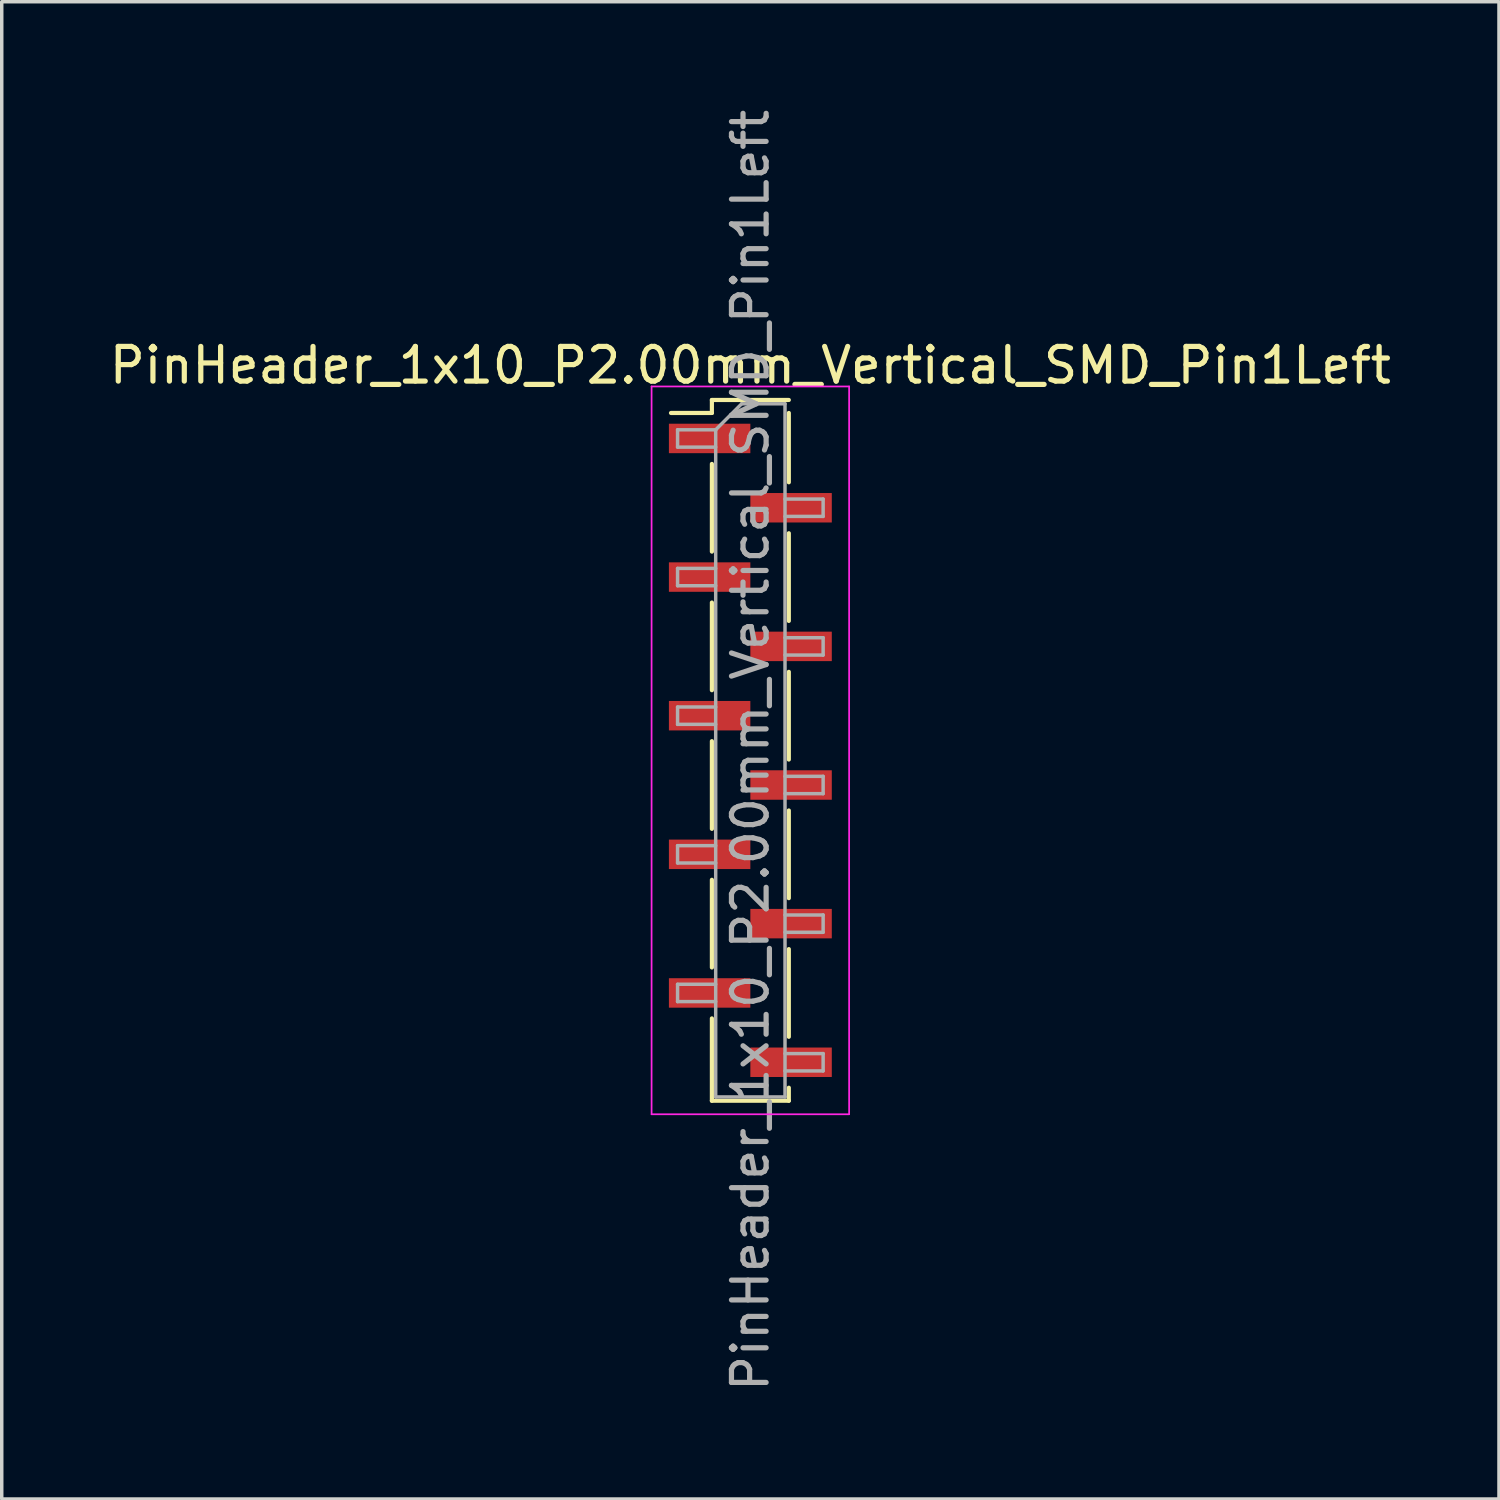
<source format=kicad_pcb>
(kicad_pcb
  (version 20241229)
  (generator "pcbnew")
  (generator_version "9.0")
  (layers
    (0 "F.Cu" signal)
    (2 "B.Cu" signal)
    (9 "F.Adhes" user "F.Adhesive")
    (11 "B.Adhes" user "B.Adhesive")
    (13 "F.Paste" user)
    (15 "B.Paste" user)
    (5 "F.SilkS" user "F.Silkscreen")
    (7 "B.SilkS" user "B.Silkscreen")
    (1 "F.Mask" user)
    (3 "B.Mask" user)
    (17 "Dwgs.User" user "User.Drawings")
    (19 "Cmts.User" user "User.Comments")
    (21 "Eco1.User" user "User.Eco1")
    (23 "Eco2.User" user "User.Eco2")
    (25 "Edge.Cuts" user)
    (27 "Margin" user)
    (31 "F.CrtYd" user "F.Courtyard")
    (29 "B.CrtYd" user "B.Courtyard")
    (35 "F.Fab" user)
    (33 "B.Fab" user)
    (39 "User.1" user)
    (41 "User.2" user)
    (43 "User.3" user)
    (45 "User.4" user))
  (footprint "PinHeader_1x10_P2.00mm_Vertical_SMD_Pin1Left"
    (layer "F.Cu")
    (at 18.601 18.601)
    (property "Reference" "PinHeader_1x10_P2.00mm_Vertical_SMD_Pin1Left" (at 0 -11.11 0) (layer "F.SilkS") (effects (font (size 1 1) (thickness 0.15))))
    (attr smd)
    (fp_line (start -1.11 -10.11) (end -1.11 -9.735) (stroke (width 0.12) (type solid)) (layer "F.SilkS"))
    (fp_line (start -1.11 -10.11) (end 1.11 -10.11) (stroke (width 0.12) (type solid)) (layer "F.SilkS"))
    (fp_line (start -1.11 -9.735) (end -2.29 -9.735) (stroke (width 0.12) (type solid)) (layer "F.SilkS"))
    (fp_line (start -1.11 -8.265) (end -1.11 -5.735) (stroke (width 0.12) (type solid)) (layer "F.SilkS"))
    (fp_line (start -1.11 -4.265) (end -1.11 -1.735) (stroke (width 0.12) (type solid)) (layer "F.SilkS"))
    (fp_line (start -1.11 -0.265) (end -1.11 2.265) (stroke (width 0.12) (type solid)) (layer "F.SilkS"))
    (fp_line (start -1.11 3.735) (end -1.11 6.265) (stroke (width 0.12) (type solid)) (layer "F.SilkS"))
    (fp_line (start -1.11 7.735) (end -1.11 10.11) (stroke (width 0.12) (type solid)) (layer "F.SilkS"))
    (fp_line (start -1.11 10.11) (end 1.11 10.11) (stroke (width 0.12) (type solid)) (layer "F.SilkS"))
    (fp_line (start 1.11 -9.735) (end 1.11 -7.735) (stroke (width 0.12) (type solid)) (layer "F.SilkS"))
    (fp_line (start 1.11 -6.265) (end 1.11 -3.735) (stroke (width 0.12) (type solid)) (layer "F.SilkS"))
    (fp_line (start 1.11 -2.265) (end 1.11 0.265) (stroke (width 0.12) (type solid)) (layer "F.SilkS"))
    (fp_line (start 1.11 1.735) (end 1.11 4.265) (stroke (width 0.12) (type solid)) (layer "F.SilkS"))
    (fp_line (start 1.11 5.735) (end 1.11 8.265) (stroke (width 0.12) (type solid)) (layer "F.SilkS"))
    (fp_line (start 1.11 9.735) (end 1.11 10.11) (stroke (width 0.12) (type solid)) (layer "F.SilkS"))
    (fp_line (start -2.85 -10.5) (end -2.85 10.5) (stroke (width 0.05) (type solid)) (layer "F.CrtYd"))
    (fp_line (start -2.85 10.5) (end 2.85 10.5) (stroke (width 0.05) (type solid)) (layer "F.CrtYd"))
    (fp_line (start 2.85 -10.5) (end -2.85 -10.5) (stroke (width 0.05) (type solid)) (layer "F.CrtYd"))
    (fp_line (start 2.85 10.5) (end 2.85 -10.5) (stroke (width 0.05) (type solid)) (layer "F.CrtYd"))
    (fp_line (start -2.1 -9.25) (end -2.1 -8.75) (stroke (width 0.1) (type solid)) (layer "F.Fab"))
    (fp_line (start -2.1 -8.75) (end -1 -8.75) (stroke (width 0.1) (type solid)) (layer "F.Fab"))
    (fp_line (start -2.1 -5.25) (end -2.1 -4.75) (stroke (width 0.1) (type solid)) (layer "F.Fab"))
    (fp_line (start -2.1 -4.75) (end -1 -4.75) (stroke (width 0.1) (type solid)) (layer "F.Fab"))
    (fp_line (start -2.1 -1.25) (end -2.1 -0.75) (stroke (width 0.1) (type solid)) (layer "F.Fab"))
    (fp_line (start -2.1 -0.75) (end -1 -0.75) (stroke (width 0.1) (type solid)) (layer "F.Fab"))
    (fp_line (start -2.1 2.75) (end -2.1 3.25) (stroke (width 0.1) (type solid)) (layer "F.Fab"))
    (fp_line (start -2.1 3.25) (end -1 3.25) (stroke (width 0.1) (type solid)) (layer "F.Fab"))
    (fp_line (start -2.1 6.75) (end -2.1 7.25) (stroke (width 0.1) (type solid)) (layer "F.Fab"))
    (fp_line (start -2.1 7.25) (end -1 7.25) (stroke (width 0.1) (type solid)) (layer "F.Fab"))
    (fp_line (start -1 -9.25) (end -2.1 -9.25) (stroke (width 0.1) (type solid)) (layer "F.Fab"))
    (fp_line (start -1 -9.25) (end -0.25 -10) (stroke (width 0.1) (type solid)) (layer "F.Fab"))
    (fp_line (start -1 -5.25) (end -2.1 -5.25) (stroke (width 0.1) (type solid)) (layer "F.Fab"))
    (fp_line (start -1 -1.25) (end -2.1 -1.25) (stroke (width 0.1) (type solid)) (layer "F.Fab"))
    (fp_line (start -1 2.75) (end -2.1 2.75) (stroke (width 0.1) (type solid)) (layer "F.Fab"))
    (fp_line (start -1 6.75) (end -2.1 6.75) (stroke (width 0.1) (type solid)) (layer "F.Fab"))
    (fp_line (start -1 10) (end -1 -9.25) (stroke (width 0.1) (type solid)) (layer "F.Fab"))
    (fp_line (start -0.25 -10) (end 1 -10) (stroke (width 0.1) (type solid)) (layer "F.Fab"))
    (fp_line (start 1 -10) (end 1 10) (stroke (width 0.1) (type solid)) (layer "F.Fab"))
    (fp_line (start 1 -7.25) (end 2.1 -7.25) (stroke (width 0.1) (type solid)) (layer "F.Fab"))
    (fp_line (start 1 -3.25) (end 2.1 -3.25) (stroke (width 0.1) (type solid)) (layer "F.Fab"))
    (fp_line (start 1 0.75) (end 2.1 0.75) (stroke (width 0.1) (type solid)) (layer "F.Fab"))
    (fp_line (start 1 4.75) (end 2.1 4.75) (stroke (width 0.1) (type solid)) (layer "F.Fab"))
    (fp_line (start 1 8.75) (end 2.1 8.75) (stroke (width 0.1) (type solid)) (layer "F.Fab"))
    (fp_line (start 1 10) (end -1 10) (stroke (width 0.1) (type solid)) (layer "F.Fab"))
    (fp_line (start 2.1 -7.25) (end 2.1 -6.75) (stroke (width 0.1) (type solid)) (layer "F.Fab"))
    (fp_line (start 2.1 -6.75) (end 1 -6.75) (stroke (width 0.1) (type solid)) (layer "F.Fab"))
    (fp_line (start 2.1 -3.25) (end 2.1 -2.75) (stroke (width 0.1) (type solid)) (layer "F.Fab"))
    (fp_line (start 2.1 -2.75) (end 1 -2.75) (stroke (width 0.1) (type solid)) (layer "F.Fab"))
    (fp_line (start 2.1 0.75) (end 2.1 1.25) (stroke (width 0.1) (type solid)) (layer "F.Fab"))
    (fp_line (start 2.1 1.25) (end 1 1.25) (stroke (width 0.1) (type solid)) (layer "F.Fab"))
    (fp_line (start 2.1 4.75) (end 2.1 5.25) (stroke (width 0.1) (type solid)) (layer "F.Fab"))
    (fp_line (start 2.1 5.25) (end 1 5.25) (stroke (width 0.1) (type solid)) (layer "F.Fab"))
    (fp_line (start 2.1 8.75) (end 2.1 9.25) (stroke (width 0.1) (type solid)) (layer "F.Fab"))
    (fp_line (start 2.1 9.25) (end 1 9.25) (stroke (width 0.1) (type solid)) (layer "F.Fab"))
    (fp_text user "${REFERENCE}" (at 0 0 90) (layer "F.Fab") (effects (font (size 1 1) (thickness 0.15))))
    (pad "1" smd rect (at -1.175 -9) (size 2.35 0.85) (layers "F.Cu" "F.Mask" "F.Paste"))
    (pad "2" smd rect (at 1.175 -7) (size 2.35 0.85) (layers "F.Cu" "F.Mask" "F.Paste"))
    (pad "3" smd rect (at -1.175 -5) (size 2.35 0.85) (layers "F.Cu" "F.Mask" "F.Paste"))
    (pad "4" smd rect (at 1.175 -3) (size 2.35 0.85) (layers "F.Cu" "F.Mask" "F.Paste"))
    (pad "5" smd rect (at -1.175 -1) (size 2.35 0.85) (layers "F.Cu" "F.Mask" "F.Paste"))
    (pad "6" smd rect (at 1.175 1) (size 2.35 0.85) (layers "F.Cu" "F.Mask" "F.Paste"))
    (pad "7" smd rect (at -1.175 3) (size 2.35 0.85) (layers "F.Cu" "F.Mask" "F.Paste"))
    (pad "8" smd rect (at 1.175 5) (size 2.35 0.85) (layers "F.Cu" "F.Mask" "F.Paste"))
    (pad "9" smd rect (at -1.175 7) (size 2.35 0.85) (layers "F.Cu" "F.Mask" "F.Paste"))
    (pad "10" smd rect (at 1.175 9) (size 2.35 0.85) (layers "F.Cu" "F.Mask" "F.Paste")))
  (gr_rect
    (start -3 -3)
    (end 40.202 40.202)
    (stroke (width 0.1) (type default))
    (fill no)
    (layer "Edge.Cuts")))
</source>
